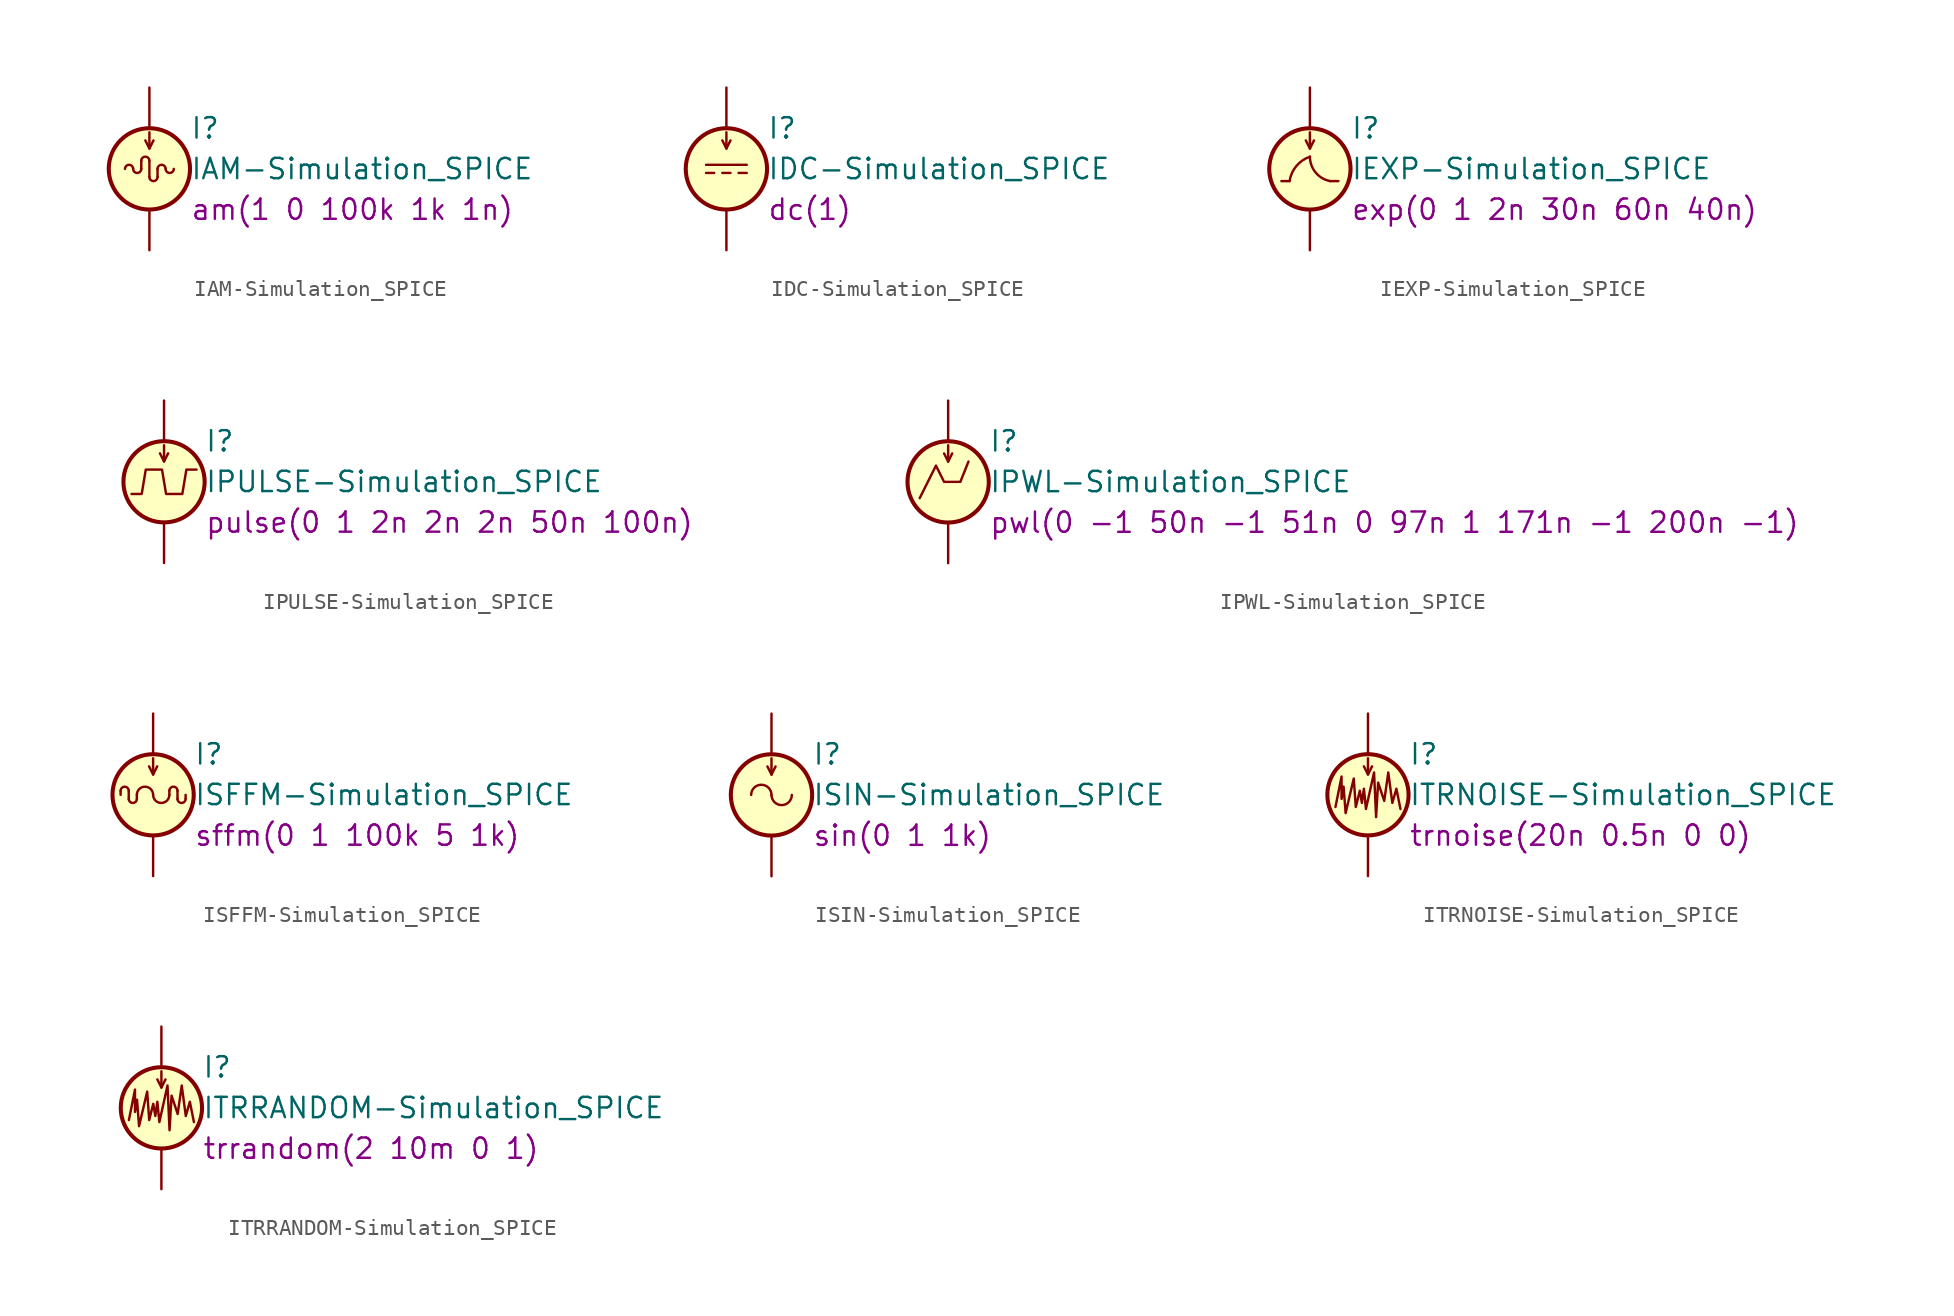
<source format=kicad_sym>
(kicad_symbol_lib
  (version 20201005)
  (generator kicad_symbol_editor)
  (symbol "v_i_sources-rescue:IAM-Simulation_SPICE"
    (pin_numbers hide)
    (pin_names
      (offset 0.025))
    (property "Reference" "I"
      (at 2.54 2.54 0)
      (effects (font (size 1.27 1.27)) (justify left)))
    (property "Value" "IAM-Simulation_SPICE"
      (at 2.54 0 0)
      (effects (font (size 1.27 1.27)) (justify left)))
    (property "Spice_Model" "am(1 0 100k 1k 1n)"
      (at 2.54 -2.54 0)
      (effects (font (size 1.27 1.27)) (justify left)))
    (symbol "IAM-Simulation_SPICE_0_0"
      (arc (start 0 0.508) (end -0.508 0.508) (radius (at -0.254 0.508) (length 0.254) (angles 0.1 180)) (stroke (width 0)) (fill (type none))))
    (symbol "IAM-Simulation_SPICE_0_1"
      (arc (start -1.016 0) (end -1.524 0) (radius (at -1.27 0) (length 0.254) (angles 0.1 180)) (stroke (width 0)) (fill (type none)))
      (arc (start -1.016 0) (end -0.508 0) (radius (at -0.762 0) (length 0.254) (angles 180 -0.1)) (stroke (width 0)) (fill (type none)))
      (arc (start 0 -0.508) (end 0.508 -0.508) (radius (at 0.254 -0.508) (length 0.254) (angles 180 -0.1)) (stroke (width 0)) (fill (type none)))
      (arc (start 1.016 0) (end 0.508 0) (radius (at 0.762 0) (length 0.254) (angles 0.1 180)) (stroke (width 0)) (fill (type none)))
      (arc (start 1.016 0) (end 1.524 0) (radius (at 1.27 0) (length 0.254) (angles 180 -0.1)) (stroke (width 0)) (fill (type none)))
      (circle (center 0 0) (radius 2.54) (stroke (width 0.254)) (fill (type background)))
      (polyline (pts (xy -0.508 0.508) (xy -0.508 0)) (stroke (width 0)) (fill (type none)))
      (polyline (pts (xy 0 0.508) (xy 0 -0.508)) (stroke (width 0)) (fill (type none)))
      (polyline (pts (xy 0 1.27) (xy 0 2.286)) (stroke (width 0)) (fill (type none)))
      (polyline (pts (xy 0.508 -0.508) (xy 0.508 0)) (stroke (width 0)) (fill (type none)))
      (polyline (pts (xy -0.254 1.778) (xy 0 1.27) (xy 0.254 1.778)) (stroke (width 0)) (fill (type none))))
    (symbol "IAM-Simulation_SPICE_1_1"
      (pin passive line (at 0 5.08 270) (length 2.54) (name "~" (effects (font (size 1.27 1.27)))) (number "1" (effects (font (size 1.27 1.27)))))
      (pin passive line (at 0 -5.08 90) (length 2.54) (name "~" (effects (font (size 1.27 1.27)))) (number "2" (effects (font (size 1.27 1.27)))))))
  (symbol "v_i_sources-rescue:IDC-Simulation_SPICE"
    (pin_numbers hide)
    (pin_names
      (offset 0.025))
    (property "Reference" "I"
      (at 2.54 2.54 0)
      (effects (font (size 1.27 1.27)) (justify left)))
    (property "Value" "IDC-Simulation_SPICE"
      (at 2.54 0 0)
      (effects (font (size 1.27 1.27)) (justify left)))
    (property "Spice_Model" "dc(1)"
      (at 2.54 -2.54 0)
      (effects (font (size 1.27 1.27)) (justify left)))
    (symbol "IDC-Simulation_SPICE_0_1"
      (circle (center 0 0) (radius 2.54) (stroke (width 0.254)) (fill (type background)))
      (polyline (pts (xy 0 1.27) (xy 0 2.286)) (stroke (width 0)) (fill (type none)))
      (polyline (pts (xy -0.254 1.778) (xy 0 1.27) (xy 0.254 1.778)) (stroke (width 0)) (fill (type none))))
    (symbol "IDC-Simulation_SPICE_0_0"
      (polyline (pts (xy -1.27 0.254) (xy 1.27 0.254)) (stroke (width 0)) (fill (type none)))
      (polyline (pts (xy -0.762 -0.254) (xy -1.27 -0.254)) (stroke (width 0)) (fill (type none)))
      (polyline (pts (xy 0.254 -0.254) (xy -0.254 -0.254)) (stroke (width 0)) (fill (type none)))
      (polyline (pts (xy 1.27 -0.254) (xy 0.762 -0.254)) (stroke (width 0)) (fill (type none))))
    (symbol "IDC-Simulation_SPICE_1_1"
      (pin passive line (at 0 5.08 270) (length 2.54) (name "~" (effects (font (size 1.27 1.27)))) (number "1" (effects (font (size 1.27 1.27)))))
      (pin passive line (at 0 -5.08 90) (length 2.54) (name "~" (effects (font (size 1.27 1.27)))) (number "2" (effects (font (size 1.27 1.27)))))))
  (symbol "v_i_sources-rescue:IEXP-Simulation_SPICE"
    (pin_numbers hide)
    (pin_names
      (offset 0.025))
    (property "Reference" "I"
      (at 2.54 2.54 0)
      (effects (font (size 1.27 1.27)) (justify left)))
    (property "Value" "IEXP-Simulation_SPICE"
      (at 2.54 0 0)
      (effects (font (size 1.27 1.27)) (justify left)))
    (property "Spice_Model" "exp(0 1 2n 30n 60n 40n)"
      (at 2.54 -2.54 0)
      (effects (font (size 1.27 1.27)) (justify left)))
    (symbol "IEXP-Simulation_SPICE_0_0"
      (arc (start 0 0.762) (end -1.27 -0.762) (radius (at 0.6096 -1.0414) (length 1.905) (angles 108.7 171.5)) (stroke (width 0)) (fill (type none)))
      (arc (start 0 0.762) (end 1.27 -0.762) (radius (at 1.5494 0.762) (length 1.5494) (angles 180 -100.4)) (stroke (width 0)) (fill (type none)))
      (polyline (pts (xy -1.27 -0.762) (xy -1.778 -0.762)) (stroke (width 0)) (fill (type none)))
      (polyline (pts (xy 1.27 -0.762) (xy 1.778 -0.762)) (stroke (width 0)) (fill (type none))))
    (symbol "IEXP-Simulation_SPICE_0_1"
      (circle (center 0 0) (radius 2.54) (stroke (width 0.254)) (fill (type background)))
      (polyline (pts (xy 0 1.27) (xy 0 2.286)) (stroke (width 0)) (fill (type none)))
      (polyline (pts (xy -0.254 1.778) (xy 0 1.27) (xy 0.254 1.778)) (stroke (width 0)) (fill (type none))))
    (symbol "IEXP-Simulation_SPICE_1_1"
      (pin passive line (at 0 5.08 270) (length 2.54) (name "~" (effects (font (size 1.27 1.27)))) (number "1" (effects (font (size 1.27 1.27)))))
      (pin passive line (at 0 -5.08 90) (length 2.54) (name "~" (effects (font (size 1.27 1.27)))) (number "2" (effects (font (size 1.27 1.27)))))))
  (symbol "v_i_sources-rescue:IPULSE-Simulation_SPICE"
    (pin_numbers hide)
    (pin_names
      (offset 0.025))
    (property "Reference" "I"
      (at 2.54 2.54 0)
      (effects (font (size 1.27 1.27)) (justify left)))
    (property "Value" "IPULSE-Simulation_SPICE"
      (at 2.54 0 0)
      (effects (font (size 1.27 1.27)) (justify left)))
    (property "Spice_Model" "pulse(0 1 2n 2n 2n 50n 100n)"
      (at 2.54 -2.54 0)
      (effects (font (size 1.27 1.27)) (justify left)))
    (symbol "IPULSE-Simulation_SPICE_0_1"
      (circle (center 0 0) (radius 2.54) (stroke (width 0.254)) (fill (type background)))
      (polyline (pts (xy 0 1.27) (xy 0 2.286)) (stroke (width 0)) (fill (type none)))
      (polyline (pts (xy -0.254 1.778) (xy 0 1.27) (xy 0.254 1.778)) (stroke (width 0)) (fill (type none))))
    (symbol "IPULSE-Simulation_SPICE_0_0"
      (polyline (pts (xy -2.032 -0.762) (xy -1.397 -0.762) (xy -1.143 0.762) (xy -0.127 0.762) (xy 0.127 -0.762) (xy 1.143 -0.762) (xy 1.397 0.762) (xy 2.032 0.762)) (stroke (width 0)) (fill (type none))))
    (symbol "IPULSE-Simulation_SPICE_1_1"
      (pin passive line (at 0 5.08 270) (length 2.54) (name "~" (effects (font (size 1.27 1.27)))) (number "1" (effects (font (size 1.27 1.27)))))
      (pin passive line (at 0 -5.08 90) (length 2.54) (name "~" (effects (font (size 1.27 1.27)))) (number "2" (effects (font (size 1.27 1.27)))))))
  (symbol "v_i_sources-rescue:IPWL-Simulation_SPICE"
    (pin_numbers hide)
    (pin_names
      (offset 0.025))
    (property "Reference" "I"
      (at 2.54 2.54 0)
      (effects (font (size 1.27 1.27)) (justify left)))
    (property "Value" "IPWL-Simulation_SPICE"
      (at 2.54 0 0)
      (effects (font (size 1.27 1.27)) (justify left)))
    (property "Spice_Model" "pwl(0 -1 50n -1 51n 0 97n 1 171n -1 200n -1)"
      (at 2.54 -2.54 0)
      (effects (font (size 1.27 1.27)) (justify left)))
    (symbol "IPWL-Simulation_SPICE_0_1"
      (circle (center 0 0) (radius 2.54) (stroke (width 0.254)) (fill (type background)))
      (polyline (pts (xy 0 1.27) (xy 0 2.286)) (stroke (width 0)) (fill (type none)))
      (polyline (pts (xy -0.254 1.778) (xy 0 1.27) (xy 0.254 1.778)) (stroke (width 0)) (fill (type none))))
    (symbol "IPWL-Simulation_SPICE_0_0"
      (polyline (pts (xy -1.778 -1.016) (xy -0.762 1.016) (xy -0.254 0) (xy 0.762 0) (xy 1.27 1.27)) (stroke (width 0)) (fill (type none))))
    (symbol "IPWL-Simulation_SPICE_1_1"
      (pin passive line (at 0 5.08 270) (length 2.54) (name "~" (effects (font (size 1.27 1.27)))) (number "1" (effects (font (size 1.27 1.27)))))
      (pin passive line (at 0 -5.08 90) (length 2.54) (name "~" (effects (font (size 1.27 1.27)))) (number "2" (effects (font (size 1.27 1.27)))))))
  (symbol "v_i_sources-rescue:ISFFM-Simulation_SPICE"
    (pin_numbers hide)
    (pin_names
      (offset 0.025))
    (property "Reference" "I"
      (at 2.54 2.54 0)
      (effects (font (size 1.27 1.27)) (justify left)))
    (property "Value" "ISFFM-Simulation_SPICE"
      (at 2.54 0 0)
      (effects (font (size 1.27 1.27)) (justify left)))
    (property "Spice_Model" "sffm(0 1 100k 5 1k)"
      (at 2.54 -2.54 0)
      (effects (font (size 1.27 1.27)) (justify left)))
    (symbol "ISFFM-Simulation_SPICE_0_1"
      (arc (start -1.524 0.254) (end -2.032 0.254) (radius (at -1.778 0.254) (length 0.254) (angles 0.1 180)) (stroke (width 0)) (fill (type none)))
      (arc (start -1.524 -0.254) (end -1.016 -0.254) (radius (at -1.27 -0.254) (length 0.254) (angles 180 -0.1)) (stroke (width 0)) (fill (type none)))
      (arc (start 0 0) (end -1.016 0) (radius (at -0.508 0) (length 0.508) (angles 0.1 180)) (stroke (width 0)) (fill (type none)))
      (arc (start 0 0) (end 1.016 0) (radius (at 0.508 0) (length 0.508) (angles 180 -0.1)) (stroke (width 0)) (fill (type none)))
      (arc (start 1.524 0.254) (end 1.016 0.254) (radius (at 1.27 0.254) (length 0.254) (angles 0.1 180)) (stroke (width 0)) (fill (type none)))
      (arc (start 1.524 -0.254) (end 2.032 -0.254) (radius (at 1.778 -0.254) (length 0.254) (angles 180 -0.1)) (stroke (width 0)) (fill (type none)))
      (circle (center 0 0) (radius 2.54) (stroke (width 0.254)) (fill (type background)))
      (polyline (pts (xy -2.032 0.254) (xy -2.032 0)) (stroke (width 0)) (fill (type none)))
      (polyline (pts (xy -1.524 -0.254) (xy -1.524 0.254)) (stroke (width 0)) (fill (type none)))
      (polyline (pts (xy -1.016 0) (xy -1.016 -0.254)) (stroke (width 0)) (fill (type none)))
      (polyline (pts (xy 0 1.27) (xy 0 2.286)) (stroke (width 0)) (fill (type none)))
      (polyline (pts (xy 1.016 0.254) (xy 1.016 0)) (stroke (width 0)) (fill (type none)))
      (polyline (pts (xy 1.524 0.254) (xy 1.524 -0.254)) (stroke (width 0)) (fill (type none)))
      (polyline (pts (xy 2.032 -0.254) (xy 2.032 0)) (stroke (width 0)) (fill (type none)))
      (polyline (pts (xy -0.254 1.778) (xy 0 1.27) (xy 0.254 1.778)) (stroke (width 0)) (fill (type none))))
    (symbol "ISFFM-Simulation_SPICE_1_1"
      (pin passive line (at 0 5.08 270) (length 2.54) (name "~" (effects (font (size 1.27 1.27)))) (number "1" (effects (font (size 1.27 1.27)))))
      (pin passive line (at 0 -5.08 90) (length 2.54) (name "~" (effects (font (size 1.27 1.27)))) (number "2" (effects (font (size 1.27 1.27)))))))
  (symbol "v_i_sources-rescue:ISIN-Simulation_SPICE"
    (pin_numbers hide)
    (pin_names
      (offset 0.025))
    (property "Reference" "I"
      (at 2.54 2.54 0)
      (effects (font (size 1.27 1.27)) (justify left)))
    (property "Value" "ISIN-Simulation_SPICE"
      (at 2.54 0 0)
      (effects (font (size 1.27 1.27)) (justify left)))
    (property "Spice_Model" "sin(0 1 1k)"
      (at 2.54 -2.54 0)
      (effects (font (size 1.27 1.27)) (justify left)))
    (symbol "ISIN-Simulation_SPICE_0_0"
      (arc (start 0 0) (end -1.27 0) (radius (at -0.635 0) (length 0.635) (angles 0.1 180)) (stroke (width 0)) (fill (type none)))
      (arc (start 0 0) (end 1.27 0) (radius (at 0.635 0) (length 0.635) (angles 180 -0.1)) (stroke (width 0)) (fill (type none))))
    (symbol "ISIN-Simulation_SPICE_0_1"
      (circle (center 0 0) (radius 2.54) (stroke (width 0.254)) (fill (type background)))
      (polyline (pts (xy 0 1.27) (xy 0 2.286)) (stroke (width 0)) (fill (type none)))
      (polyline (pts (xy -0.254 1.778) (xy 0 1.27) (xy 0.254 1.778)) (stroke (width 0)) (fill (type none))))
    (symbol "ISIN-Simulation_SPICE_1_1"
      (pin passive line (at 0 5.08 270) (length 2.54) (name "~" (effects (font (size 1.27 1.27)))) (number "1" (effects (font (size 1.27 1.27)))))
      (pin passive line (at 0 -5.08 90) (length 2.54) (name "~" (effects (font (size 1.27 1.27)))) (number "2" (effects (font (size 1.27 1.27)))))))
  (symbol "v_i_sources-rescue:ITRNOISE-Simulation_SPICE"
    (pin_numbers hide)
    (pin_names
      (offset 0.025))
    (property "Reference" "I"
      (at 2.54 2.54 0)
      (effects (font (size 1.27 1.27)) (justify left)))
    (property "Value" "ITRNOISE-Simulation_SPICE"
      (at 2.54 0 0)
      (effects (font (size 1.27 1.27)) (justify left)))
    (property "Spice_Model" "trnoise(20n 0.5n 0 0)"
      (at 2.54 -2.54 0)
      (effects (font (size 1.27 1.27)) (justify left)))
    (symbol "ITRNOISE-Simulation_SPICE_0_1"
      (circle (center 0 0) (radius 2.54) (stroke (width 0.254)) (fill (type background)))
      (polyline (pts (xy 0 1.27) (xy 0 2.286)) (stroke (width 0)) (fill (type none)))
      (polyline (pts (xy -0.254 1.778) (xy 0 1.27) (xy 0.254 1.778)) (stroke (width 0)) (fill (type none)))
      (polyline (pts (xy -2.032 -0.762) (xy -1.651 1.143) (xy -1.651 -0.254) (xy -1.524 0.508) (xy -1.397 -1.143) (xy -0.889 1.016) (xy -0.762 -0.762) (xy -0.508 0.254) (xy -0.381 -0.508) (xy -0.254 0.381) (xy -0.127 -0.889) (xy 0.381 1.397) (xy 0.508 -1.397) (xy 0.635 0.762) (xy 1.016 -0.381) (xy 1.27 1.397) (xy 1.524 -0.508) (xy 1.778 0.381) (xy 2.032 -0.889)) (stroke (width 0)) (fill (type none))))
    (symbol "ITRNOISE-Simulation_SPICE_1_1"
      (pin passive line (at 0 5.08 270) (length 2.54) (name "~" (effects (font (size 1.27 1.27)))) (number "1" (effects (font (size 1.27 1.27)))))
      (pin passive line (at 0 -5.08 90) (length 2.54) (name "~" (effects (font (size 1.27 1.27)))) (number "2" (effects (font (size 1.27 1.27)))))))
  (symbol "v_i_sources-rescue:ITRRANDOM-Simulation_SPICE"
    (pin_numbers hide)
    (pin_names
      (offset 0.025))
    (property "Reference" "I"
      (at 2.54 2.54 0)
      (effects (font (size 1.27 1.27)) (justify left)))
    (property "Value" "ITRRANDOM-Simulation_SPICE"
      (at 2.54 0 0)
      (effects (font (size 1.27 1.27)) (justify left)))
    (property "Spice_Model" "trrandom(2 10m 0 1)"
      (at 2.54 -2.54 0)
      (effects (font (size 1.27 1.27)) (justify left)))
    (symbol "ITRRANDOM-Simulation_SPICE_0_1"
      (circle (center 0 0) (radius 2.54) (stroke (width 0.254)) (fill (type background)))
      (polyline (pts (xy 0 1.27) (xy 0 2.286)) (stroke (width 0)) (fill (type none)))
      (polyline (pts (xy -0.254 1.778) (xy 0 1.27) (xy 0.254 1.778)) (stroke (width 0)) (fill (type none)))
      (polyline (pts (xy -2.032 -0.762) (xy -1.651 1.143) (xy -1.651 -0.254) (xy -1.524 0.508) (xy -1.397 -1.143) (xy -0.889 1.016) (xy -0.762 -0.762) (xy -0.508 0.254) (xy -0.381 -0.508) (xy -0.254 0.381) (xy -0.127 -0.889) (xy 0.381 1.397) (xy 0.508 -1.397) (xy 0.635 0.762) (xy 1.016 -0.381) (xy 1.27 1.397) (xy 1.524 -0.508) (xy 1.778 0.381) (xy 2.032 -0.889)) (stroke (width 0)) (fill (type none))))
    (symbol "ITRRANDOM-Simulation_SPICE_1_1"
      (pin passive line (at 0 5.08 270) (length 2.54) (name "~" (effects (font (size 1.27 1.27)))) (number "1" (effects (font (size 1.27 1.27)))))
      (pin passive line (at 0 -5.08 90) (length 2.54) (name "~" (effects (font (size 1.27 1.27)))) (number "2" (effects (font (size 1.27 1.27))))))))
</source>
